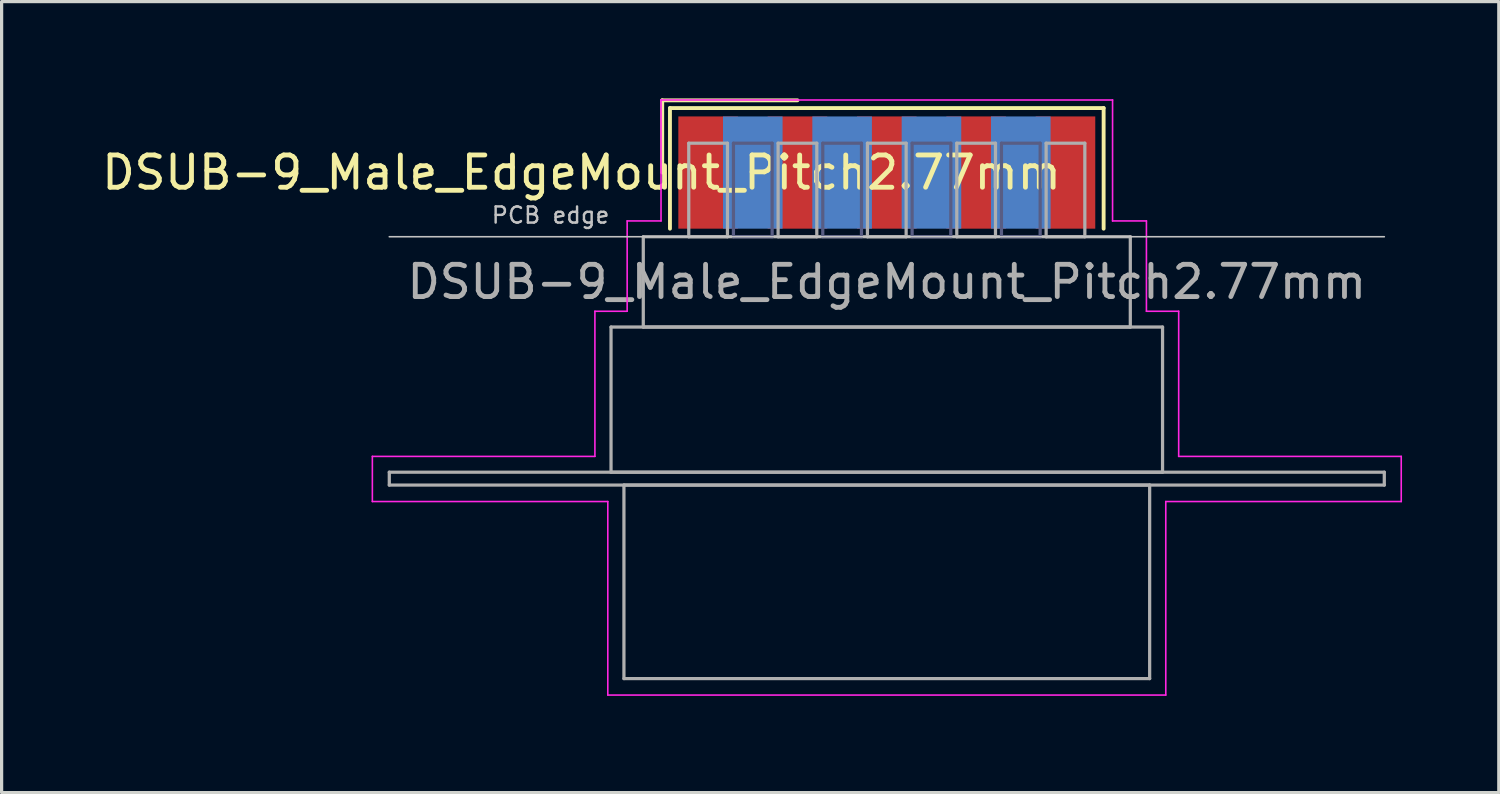
<source format=kicad_pcb>
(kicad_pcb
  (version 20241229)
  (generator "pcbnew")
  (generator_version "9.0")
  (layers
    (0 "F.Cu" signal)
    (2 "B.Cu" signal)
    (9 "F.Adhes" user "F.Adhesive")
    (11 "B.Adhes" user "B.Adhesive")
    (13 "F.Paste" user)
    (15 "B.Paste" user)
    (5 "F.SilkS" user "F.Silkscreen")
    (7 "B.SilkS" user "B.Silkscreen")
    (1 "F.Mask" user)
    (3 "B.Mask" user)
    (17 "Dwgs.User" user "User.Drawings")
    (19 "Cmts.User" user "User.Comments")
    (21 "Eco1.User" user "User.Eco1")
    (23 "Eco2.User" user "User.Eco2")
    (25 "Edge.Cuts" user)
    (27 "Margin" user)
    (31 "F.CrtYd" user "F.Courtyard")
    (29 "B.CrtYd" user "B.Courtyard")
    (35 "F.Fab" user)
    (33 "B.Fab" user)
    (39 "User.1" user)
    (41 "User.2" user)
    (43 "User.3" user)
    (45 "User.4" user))
  (footprint "DSUB-9_Male_EdgeMount_Pitch2.77mm"
    (layer "F.Cu")
    (at 24.445 2.3)
    (property "Reference" "DSUB-9_Male_EdgeMount_Pitch2.77mm" (at -9.463 0 0) (layer "F.SilkS") (effects (font (size 1 1) (thickness 0.15))))
    (attr smd)
    (fp_line (start -6.963 -2.24) (end -2.77 -2.24) (stroke (width 0.12) (type solid)) (layer "F.SilkS"))
    (fp_line (start -6.963 0) (end -6.963 -2.24) (stroke (width 0.12) (type solid)) (layer "F.SilkS"))
    (fp_line (start -6.723 -2) (end -6.723 1.74) (stroke (width 0.12) (type solid)) (layer "F.SilkS"))
    (fp_line (start 6.723 -2) (end -6.723 -2) (stroke (width 0.12) (type solid)) (layer "F.SilkS"))
    (fp_line (start 6.723 1.74) (end 6.723 -2) (stroke (width 0.12) (type solid)) (layer "F.SilkS"))
    (fp_line (start -15.425 1.99) (end 15.425 1.99) (stroke (width 0.05) (type solid)) (layer "Dwgs.User"))
    (fp_line (start -15.95 8.8) (end -9.05 8.8) (stroke (width 0.05) (type solid)) (layer "F.CrtYd"))
    (fp_line (start -15.95 10.2) (end -15.95 8.8) (stroke (width 0.05) (type solid)) (layer "F.CrtYd"))
    (fp_line (start -9.05 4.3) (end -8.05 4.3) (stroke (width 0.05) (type solid)) (layer "F.CrtYd"))
    (fp_line (start -9.05 8.8) (end -9.05 4.3) (stroke (width 0.05) (type solid)) (layer "F.CrtYd"))
    (fp_line (start -8.65 10.2) (end -15.95 10.2) (stroke (width 0.05) (type solid)) (layer "F.CrtYd"))
    (fp_line (start -8.65 16.2) (end -8.65 10.2) (stroke (width 0.05) (type solid)) (layer "F.CrtYd"))
    (fp_line (start -8.05 1.5) (end -7 1.5) (stroke (width 0.05) (type solid)) (layer "F.CrtYd"))
    (fp_line (start -8.05 4.3) (end -8.05 1.5) (stroke (width 0.05) (type solid)) (layer "F.CrtYd"))
    (fp_line (start -7 -2.25) (end 7 -2.25) (stroke (width 0.05) (type solid)) (layer "F.CrtYd"))
    (fp_line (start -7 1.5) (end -7 -2.25) (stroke (width 0.05) (type solid)) (layer "F.CrtYd"))
    (fp_line (start 7 -2.25) (end 7 1.5) (stroke (width 0.05) (type solid)) (layer "F.CrtYd"))
    (fp_line (start 7 1.5) (end 8.05 1.5) (stroke (width 0.05) (type solid)) (layer "F.CrtYd"))
    (fp_line (start 8.05 1.5) (end 8.05 4.3) (stroke (width 0.05) (type solid)) (layer "F.CrtYd"))
    (fp_line (start 8.05 4.3) (end 9.05 4.3) (stroke (width 0.05) (type solid)) (layer "F.CrtYd"))
    (fp_line (start 8.65 10.2) (end 8.65 16.2) (stroke (width 0.05) (type solid)) (layer "F.CrtYd"))
    (fp_line (start 8.65 16.2) (end -8.65 16.2) (stroke (width 0.05) (type solid)) (layer "F.CrtYd"))
    (fp_line (start 9.05 4.3) (end 9.05 8.8) (stroke (width 0.05) (type solid)) (layer "F.CrtYd"))
    (fp_line (start 9.05 8.8) (end 15.95 8.8) (stroke (width 0.05) (type solid)) (layer "F.CrtYd"))
    (fp_line (start 15.95 8.8) (end 15.95 10.2) (stroke (width 0.05) (type solid)) (layer "F.CrtYd"))
    (fp_line (start 15.95 10.2) (end 8.65 10.2) (stroke (width 0.05) (type solid)) (layer "F.CrtYd"))
    (fp_line (start -4.755 -0.91) (end -4.755 1.99) (stroke (width 0.1) (type solid)) (layer "B.Fab"))
    (fp_line (start -4.755 1.99) (end -3.555 1.99) (stroke (width 0.1) (type solid)) (layer "B.Fab"))
    (fp_line (start -3.555 -0.91) (end -4.755 -0.91) (stroke (width 0.1) (type solid)) (layer "B.Fab"))
    (fp_line (start -3.555 1.99) (end -3.555 -0.91) (stroke (width 0.1) (type solid)) (layer "B.Fab"))
    (fp_line (start -1.985 -0.91) (end -1.985 1.99) (stroke (width 0.1) (type solid)) (layer "B.Fab"))
    (fp_line (start -1.985 1.99) (end -0.785 1.99) (stroke (width 0.1) (type solid)) (layer "B.Fab"))
    (fp_line (start -0.785 -0.91) (end -1.985 -0.91) (stroke (width 0.1) (type solid)) (layer "B.Fab"))
    (fp_line (start -0.785 1.99) (end -0.785 -0.91) (stroke (width 0.1) (type solid)) (layer "B.Fab"))
    (fp_line (start 0.785 -0.91) (end 0.785 1.99) (stroke (width 0.1) (type solid)) (layer "B.Fab"))
    (fp_line (start 0.785 1.99) (end 1.985 1.99) (stroke (width 0.1) (type solid)) (layer "B.Fab"))
    (fp_line (start 1.985 -0.91) (end 0.785 -0.91) (stroke (width 0.1) (type solid)) (layer "B.Fab"))
    (fp_line (start 1.985 1.99) (end 1.985 -0.91) (stroke (width 0.1) (type solid)) (layer "B.Fab"))
    (fp_line (start 3.555 -0.91) (end 3.555 1.99) (stroke (width 0.1) (type solid)) (layer "B.Fab"))
    (fp_line (start 3.555 1.99) (end 4.755 1.99) (stroke (width 0.1) (type solid)) (layer "B.Fab"))
    (fp_line (start 4.755 -0.91) (end 3.555 -0.91) (stroke (width 0.1) (type solid)) (layer "B.Fab"))
    (fp_line (start 4.755 1.99) (end 4.755 -0.91) (stroke (width 0.1) (type solid)) (layer "B.Fab"))
    (fp_line (start -15.425 9.29) (end -15.425 9.69) (stroke (width 0.1) (type solid)) (layer "F.Fab"))
    (fp_line (start -15.425 9.69) (end 15.425 9.69) (stroke (width 0.1) (type solid)) (layer "F.Fab"))
    (fp_line (start -8.55 4.79) (end -8.55 9.29) (stroke (width 0.1) (type solid)) (layer "F.Fab"))
    (fp_line (start -8.55 9.29) (end 8.55 9.29) (stroke (width 0.1) (type solid)) (layer "F.Fab"))
    (fp_line (start -8.15 9.69) (end -8.15 15.69) (stroke (width 0.1) (type solid)) (layer "F.Fab"))
    (fp_line (start -8.15 15.69) (end 8.15 15.69) (stroke (width 0.1) (type solid)) (layer "F.Fab"))
    (fp_line (start -7.55 1.99) (end -7.55 4.79) (stroke (width 0.1) (type solid)) (layer "F.Fab"))
    (fp_line (start -7.55 4.79) (end 7.55 4.79) (stroke (width 0.1) (type solid)) (layer "F.Fab"))
    (fp_line (start -6.14 -0.91) (end -6.14 1.99) (stroke (width 0.1) (type solid)) (layer "F.Fab"))
    (fp_line (start -6.14 1.99) (end -4.94 1.99) (stroke (width 0.1) (type solid)) (layer "F.Fab"))
    (fp_line (start -4.94 -0.91) (end -6.14 -0.91) (stroke (width 0.1) (type solid)) (layer "F.Fab"))
    (fp_line (start -4.94 1.99) (end -4.94 -0.91) (stroke (width 0.1) (type solid)) (layer "F.Fab"))
    (fp_line (start -3.37 -0.91) (end -3.37 1.99) (stroke (width 0.1) (type solid)) (layer "F.Fab"))
    (fp_line (start -3.37 1.99) (end -2.17 1.99) (stroke (width 0.1) (type solid)) (layer "F.Fab"))
    (fp_line (start -2.17 -0.91) (end -3.37 -0.91) (stroke (width 0.1) (type solid)) (layer "F.Fab"))
    (fp_line (start -2.17 1.99) (end -2.17 -0.91) (stroke (width 0.1) (type solid)) (layer "F.Fab"))
    (fp_line (start -0.6 -0.91) (end -0.6 1.99) (stroke (width 0.1) (type solid)) (layer "F.Fab"))
    (fp_line (start -0.6 1.99) (end 0.6 1.99) (stroke (width 0.1) (type solid)) (layer "F.Fab"))
    (fp_line (start 0.6 -0.91) (end -0.6 -0.91) (stroke (width 0.1) (type solid)) (layer "F.Fab"))
    (fp_line (start 0.6 1.99) (end 0.6 -0.91) (stroke (width 0.1) (type solid)) (layer "F.Fab"))
    (fp_line (start 2.17 -0.91) (end 2.17 1.99) (stroke (width 0.1) (type solid)) (layer "F.Fab"))
    (fp_line (start 2.17 1.99) (end 3.37 1.99) (stroke (width 0.1) (type solid)) (layer "F.Fab"))
    (fp_line (start 3.37 -0.91) (end 2.17 -0.91) (stroke (width 0.1) (type solid)) (layer "F.Fab"))
    (fp_line (start 3.37 1.99) (end 3.37 -0.91) (stroke (width 0.1) (type solid)) (layer "F.Fab"))
    (fp_line (start 4.94 -0.91) (end 4.94 1.99) (stroke (width 0.1) (type solid)) (layer "F.Fab"))
    (fp_line (start 4.94 1.99) (end 6.14 1.99) (stroke (width 0.1) (type solid)) (layer "F.Fab"))
    (fp_line (start 6.14 -0.91) (end 4.94 -0.91) (stroke (width 0.1) (type solid)) (layer "F.Fab"))
    (fp_line (start 6.14 1.99) (end 6.14 -0.91) (stroke (width 0.1) (type solid)) (layer "F.Fab"))
    (fp_line (start 7.55 1.99) (end -7.55 1.99) (stroke (width 0.1) (type solid)) (layer "F.Fab"))
    (fp_line (start 7.55 4.79) (end 7.55 1.99) (stroke (width 0.1) (type solid)) (layer "F.Fab"))
    (fp_line (start 8.15 9.69) (end -8.15 9.69) (stroke (width 0.1) (type solid)) (layer "F.Fab"))
    (fp_line (start 8.15 15.69) (end 8.15 9.69) (stroke (width 0.1) (type solid)) (layer "F.Fab"))
    (fp_line (start 8.55 4.79) (end -8.55 4.79) (stroke (width 0.1) (type solid)) (layer "F.Fab"))
    (fp_line (start 8.55 9.29) (end 8.55 4.79) (stroke (width 0.1) (type solid)) (layer "F.Fab"))
    (fp_line (start 15.425 9.29) (end -15.425 9.29) (stroke (width 0.1) (type solid)) (layer "F.Fab"))
    (fp_line (start 15.425 9.69) (end 15.425 9.29) (stroke (width 0.1) (type solid)) (layer "F.Fab"))
    (fp_text user "PCB edge" (at -10.425 1.323 0) (layer "Dwgs.User") (effects (font (size 0.5 0.5) (thickness 0.075))))
    (fp_text user "${REFERENCE}" (at 0 3.39 0) (layer "F.Fab") (effects (font (size 1 1) (thickness 0.15))))
    (pad "1" smd rect (at -5.54 0) (size 1.847 3.48) (layers "F.Cu" "F.Mask" "F.Paste"))
    (pad "2" smd rect (at -2.77 0) (size 1.847 3.48) (layers "F.Cu" "F.Mask" "F.Paste"))
    (pad "3" smd rect (at 0 0) (size 1.847 3.48) (layers "F.Cu" "F.Mask" "F.Paste"))
    (pad "4" smd rect (at 2.77 0) (size 1.847 3.48) (layers "F.Cu" "F.Mask" "F.Paste"))
    (pad "5" smd rect (at 5.54 0) (size 1.847 3.48) (layers "F.Cu" "F.Mask" "F.Paste"))
    (pad "6" smd rect (at -4.155 0) (size 1.847 3.48) (layers "B.Cu" "B.Mask" "B.Paste"))
    (pad "7" smd rect (at -1.385 0) (size 1.847 3.48) (layers "B.Cu" "B.Mask" "B.Paste"))
    (pad "8" smd rect (at 1.385 0) (size 1.847 3.48) (layers "B.Cu" "B.Mask" "B.Paste"))
    (pad "9" smd rect (at 4.155 0) (size 1.847 3.48) (layers "B.Cu" "B.Mask" "B.Paste")))
  (gr_rect
    (start -3 -3)
    (end 43.42 21.525)
    (stroke (width 0.1) (type default))
    (fill no)
    (layer "Edge.Cuts")))
</source>
